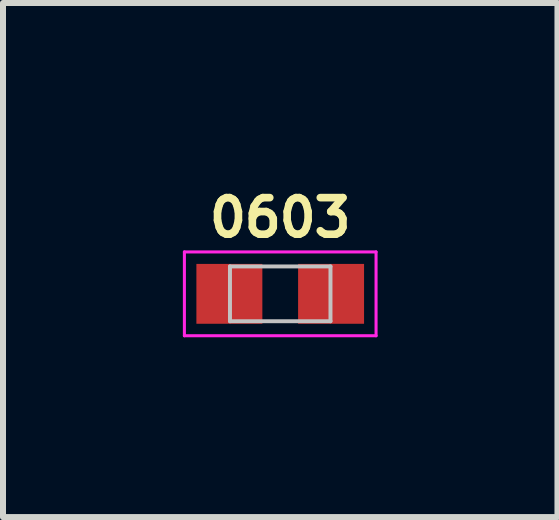
<source format=kicad_pcb>
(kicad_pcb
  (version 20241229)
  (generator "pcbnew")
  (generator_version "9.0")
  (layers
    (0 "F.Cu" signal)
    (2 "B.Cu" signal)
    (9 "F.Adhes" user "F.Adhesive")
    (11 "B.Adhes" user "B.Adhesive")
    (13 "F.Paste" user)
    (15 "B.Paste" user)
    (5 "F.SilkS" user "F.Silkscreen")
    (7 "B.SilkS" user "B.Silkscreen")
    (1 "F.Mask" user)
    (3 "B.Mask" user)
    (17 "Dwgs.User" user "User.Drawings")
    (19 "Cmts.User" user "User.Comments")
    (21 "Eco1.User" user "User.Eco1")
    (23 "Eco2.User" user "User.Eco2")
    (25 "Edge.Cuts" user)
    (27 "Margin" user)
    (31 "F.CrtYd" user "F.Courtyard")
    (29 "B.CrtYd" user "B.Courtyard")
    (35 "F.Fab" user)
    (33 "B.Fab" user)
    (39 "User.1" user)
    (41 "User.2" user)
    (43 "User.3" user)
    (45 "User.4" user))
  (footprint "0603"
    (layer "F.Cu")
    (at 1.623 1.85)
    (property "Reference" "0603" (at 0 -1.27 0) (layer "F.SilkS") (effects (font (size 0.61 0.61) (thickness 0.127))))
    (attr smd)
    (fp_line (start -0.838 -0.457) (end 0.838 -0.457) (stroke (width 0.066) (type solid)) (layer "Dwgs.User"))
    (fp_line (start -0.838 0.457) (end -0.838 -0.457) (stroke (width 0.066) (type solid)) (layer "Dwgs.User"))
    (fp_line (start -0.838 0.457) (end 0.838 0.457) (stroke (width 0.066) (type solid)) (layer "Dwgs.User"))
    (fp_line (start 0.838 0.457) (end 0.838 -0.457) (stroke (width 0.066) (type solid)) (layer "Dwgs.User"))
    (fp_line (start -1.598 -0.699) (end 1.598 -0.699) (stroke (width 0.051) (type solid)) (layer "F.CrtYd"))
    (fp_line (start -1.598 0.699) (end -1.598 -0.699) (stroke (width 0.051) (type solid)) (layer "F.CrtYd"))
    (fp_line (start 1.598 -0.699) (end 1.598 0.699) (stroke (width 0.051) (type solid)) (layer "F.CrtYd"))
    (fp_line (start 1.598 0.699) (end -1.598 0.699) (stroke (width 0.051) (type solid)) (layer "F.CrtYd"))
    (pad "1" smd rect (at -0.848 0) (size 1.1 0.998) (layers "F.Cu" "F.Mask" "F.Paste"))
    (pad "2" smd rect (at 0.848 0) (size 1.1 0.998) (layers "F.Cu" "F.Mask" "F.Paste")))
  (gr_rect
    (start -3 -3)
    (end 6.246 5.573)
    (stroke (width 0.1) (type default))
    (fill no)
    (layer "Edge.Cuts")))
</source>
